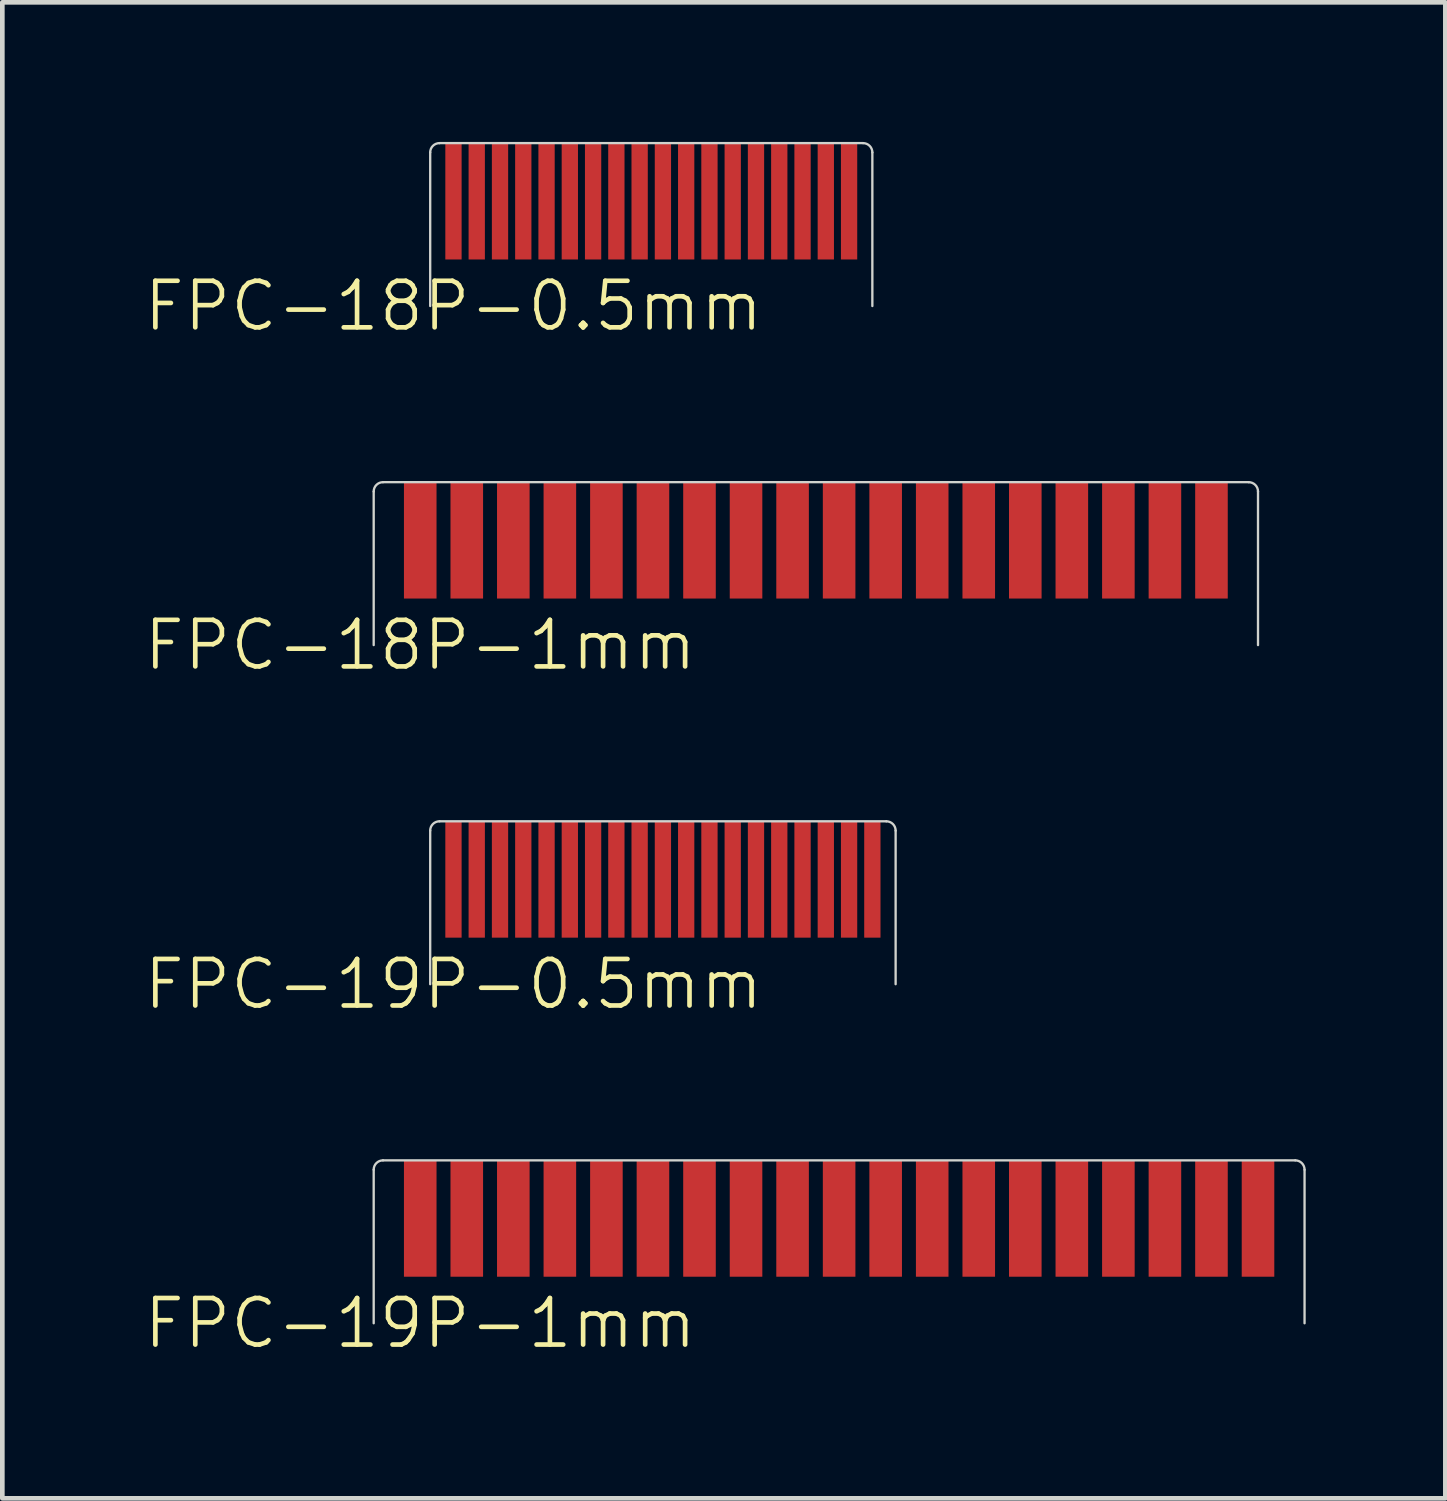
<source format=kicad_pcb>
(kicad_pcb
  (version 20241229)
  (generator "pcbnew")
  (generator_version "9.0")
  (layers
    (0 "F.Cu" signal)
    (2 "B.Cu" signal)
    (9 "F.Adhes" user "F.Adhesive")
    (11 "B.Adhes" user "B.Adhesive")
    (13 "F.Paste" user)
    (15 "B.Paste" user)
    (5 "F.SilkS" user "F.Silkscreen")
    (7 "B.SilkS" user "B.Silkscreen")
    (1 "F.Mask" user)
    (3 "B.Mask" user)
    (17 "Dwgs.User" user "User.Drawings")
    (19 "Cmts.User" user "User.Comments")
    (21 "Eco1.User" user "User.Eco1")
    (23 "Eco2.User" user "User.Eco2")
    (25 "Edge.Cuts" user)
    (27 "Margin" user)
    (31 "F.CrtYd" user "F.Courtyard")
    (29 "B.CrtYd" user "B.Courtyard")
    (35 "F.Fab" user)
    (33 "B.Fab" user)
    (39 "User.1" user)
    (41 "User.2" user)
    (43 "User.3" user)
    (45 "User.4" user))
  (footprint "FPC-18P-1mm"
    (layer "F.Cu")
    (at 5.979 8.56)
    (property "Reference" "FPC-18P-1mm" (at 0 2.25 0) (unlocked yes) (layer "F.SilkS") (effects (font (size 1 1) (thickness 0.1))))
    (attr smd)
    (fp_line (start -1 2.25) (end -1 -1.05) (stroke (width 0.05) (type default)) (layer "Edge.Cuts"))
    (fp_line (start -0.8 -1.25) (end 17.8 -1.25) (stroke (width 0.05) (type default)) (layer "Edge.Cuts"))
    (fp_line (start 18 2.25) (end 18 -1.05) (stroke (width 0.05) (type default)) (layer "Edge.Cuts"))
    (fp_arc (start -1 -1.05) (mid -0.941421 -1.191421) (end -0.8 -1.25) (stroke (width 0.05) (type default)) (layer "Edge.Cuts"))
    (fp_arc (start 17.8 -1.25) (mid 17.941421 -1.191421) (end 18 -1.05) (stroke (width 0.05) (type default)) (layer "Edge.Cuts"))
    (fp_line (start -1 2.25) (end -1 -1.05) (stroke (width 0.05) (type default)) (layer "User.1"))
    (fp_line (start -1 2.25) (end 18 2.25) (stroke (width 0.05) (type default)) (layer "User.1"))
    (fp_line (start -0.8 -1.25) (end 17.8 -1.25) (stroke (width 0.05) (type default)) (layer "User.1"))
    (fp_line (start 18 2.25) (end 18 -1.05) (stroke (width 0.05) (type default)) (layer "User.1"))
    (fp_arc (start -1 -1.05) (mid -0.941421 -1.191421) (end -0.8 -1.25) (stroke (width 0.05) (type default)) (layer "User.1"))
    (fp_arc (start 17.8 -1.25) (mid 17.941421 -1.191421) (end 18 -1.05) (stroke (width 0.05) (type default)) (layer "User.1"))
    (pad "1" smd rect (at 0 0 90) (size 2.5 0.7) (layers "F.Cu" "F.Mask" "F.Paste"))
    (pad "2" smd rect (at 1 0 90) (size 2.5 0.7) (layers "F.Cu" "F.Mask" "F.Paste"))
    (pad "3" smd rect (at 2 0 90) (size 2.5 0.7) (layers "F.Cu" "F.Mask" "F.Paste"))
    (pad "4" smd rect (at 3 0 90) (size 2.5 0.7) (layers "F.Cu" "F.Mask" "F.Paste"))
    (pad "5" smd rect (at 4 0 90) (size 2.5 0.7) (layers "F.Cu" "F.Mask" "F.Paste"))
    (pad "6" smd rect (at 5 0 90) (size 2.5 0.7) (layers "F.Cu" "F.Mask" "F.Paste"))
    (pad "7" smd rect (at 6 0 90) (size 2.5 0.7) (layers "F.Cu" "F.Mask" "F.Paste"))
    (pad "8" smd rect (at 7 0 90) (size 2.5 0.7) (layers "F.Cu" "F.Mask" "F.Paste"))
    (pad "9" smd rect (at 8 0 90) (size 2.5 0.7) (layers "F.Cu" "F.Mask" "F.Paste"))
    (pad "10" smd rect (at 9 0 90) (size 2.5 0.7) (layers "F.Cu" "F.Mask" "F.Paste"))
    (pad "11" smd rect (at 10 0 90) (size 2.5 0.7) (layers "F.Cu" "F.Mask" "F.Paste"))
    (pad "12" smd rect (at 11 0 90) (size 2.5 0.7) (layers "F.Cu" "F.Mask" "F.Paste"))
    (pad "13" smd rect (at 12 0 90) (size 2.5 0.7) (layers "F.Cu" "F.Mask" "F.Paste"))
    (pad "14" smd rect (at 13 0 90) (size 2.5 0.7) (layers "F.Cu" "F.Mask" "F.Paste"))
    (pad "15" smd rect (at 14 0 90) (size 2.5 0.7) (layers "F.Cu" "F.Mask" "F.Paste"))
    (pad "16" smd rect (at 15 0 90) (size 2.5 0.7) (layers "F.Cu" "F.Mask" "F.Paste"))
    (pad "17" smd rect (at 16 0 90) (size 2.5 0.7) (layers "F.Cu" "F.Mask" "F.Paste"))
    (pad "18" smd rect (at 17 0 90) (size 2.5 0.7) (layers "F.Cu" "F.Mask" "F.Paste")))
  (footprint "FPC-18P-0.5mm"
    (layer "F.Cu")
    (at 6.693 1.275)
    (property "Reference" "FPC-18P-0.5mm" (at 0 2.25 0) (unlocked yes) (layer "F.SilkS") (effects (font (size 1 1) (thickness 0.1))))
    (attr smd)
    (fp_line (start -0.5 2.25) (end -0.5 -1.05) (stroke (width 0.05) (type default)) (layer "Edge.Cuts"))
    (fp_line (start -0.3 -1.25) (end 8.8 -1.25) (stroke (width 0.05) (type default)) (layer "Edge.Cuts"))
    (fp_line (start 9 2.25) (end 9 -1.05) (stroke (width 0.05) (type default)) (layer "Edge.Cuts"))
    (fp_arc (start -0.5 -1.05) (mid -0.441421 -1.191421) (end -0.3 -1.25) (stroke (width 0.05) (type default)) (layer "Edge.Cuts"))
    (fp_arc (start 8.8 -1.25) (mid 8.941421 -1.191421) (end 9 -1.05) (stroke (width 0.05) (type default)) (layer "Edge.Cuts"))
    (fp_line (start -0.5 2.25) (end -0.5 -1.05) (stroke (width 0.05) (type default)) (layer "User.1"))
    (fp_line (start -0.5 2.25) (end 9 2.25) (stroke (width 0.05) (type default)) (layer "User.1"))
    (fp_line (start -0.3 -1.25) (end 8.8 -1.25) (stroke (width 0.05) (type default)) (layer "User.1"))
    (fp_line (start 9 2.25) (end 9 -1.05) (stroke (width 0.05) (type default)) (layer "User.1"))
    (fp_arc (start -0.5 -1.05) (mid -0.441421 -1.191421) (end -0.3 -1.25) (stroke (width 0.05) (type default)) (layer "User.1"))
    (fp_arc (start 8.8 -1.25) (mid 8.941421 -1.191421) (end 9 -1.05) (stroke (width 0.05) (type default)) (layer "User.1"))
    (pad "1" smd rect (at 0 0 90) (size 2.5 0.35) (layers "F.Cu" "F.Mask" "F.Paste"))
    (pad "2" smd rect (at 0.5 0 90) (size 2.5 0.35) (layers "F.Cu" "F.Mask" "F.Paste"))
    (pad "3" smd rect (at 1 0 90) (size 2.5 0.35) (layers "F.Cu" "F.Mask" "F.Paste"))
    (pad "4" smd rect (at 1.5 0 90) (size 2.5 0.35) (layers "F.Cu" "F.Mask" "F.Paste"))
    (pad "5" smd rect (at 2 0 90) (size 2.5 0.35) (layers "F.Cu" "F.Mask" "F.Paste"))
    (pad "6" smd rect (at 2.5 0 90) (size 2.5 0.35) (layers "F.Cu" "F.Mask" "F.Paste"))
    (pad "7" smd rect (at 3 0 90) (size 2.5 0.35) (layers "F.Cu" "F.Mask" "F.Paste"))
    (pad "8" smd rect (at 3.5 0 90) (size 2.5 0.35) (layers "F.Cu" "F.Mask" "F.Paste"))
    (pad "9" smd rect (at 4 0 90) (size 2.5 0.35) (layers "F.Cu" "F.Mask" "F.Paste"))
    (pad "10" smd rect (at 4.5 0 90) (size 2.5 0.35) (layers "F.Cu" "F.Mask" "F.Paste"))
    (pad "11" smd rect (at 5 0 90) (size 2.5 0.35) (layers "F.Cu" "F.Mask" "F.Paste"))
    (pad "12" smd rect (at 5.5 0 90) (size 2.5 0.35) (layers "F.Cu" "F.Mask" "F.Paste"))
    (pad "13" smd rect (at 6 0 90) (size 2.5 0.35) (layers "F.Cu" "F.Mask" "F.Paste"))
    (pad "14" smd rect (at 6.5 0 90) (size 2.5 0.35) (layers "F.Cu" "F.Mask" "F.Paste"))
    (pad "15" smd rect (at 7 0 90) (size 2.5 0.35) (layers "F.Cu" "F.Mask" "F.Paste"))
    (pad "16" smd rect (at 7.5 0 90) (size 2.5 0.35) (layers "F.Cu" "F.Mask" "F.Paste"))
    (pad "17" smd rect (at 8 0 90) (size 2.5 0.35) (layers "F.Cu" "F.Mask" "F.Paste"))
    (pad "18" smd rect (at 8.5 0 90) (size 2.5 0.35) (layers "F.Cu" "F.Mask" "F.Paste")))
  (footprint "FPC-19P-0.5mm"
    (layer "F.Cu")
    (at 6.693 15.846)
    (property "Reference" "FPC-19P-0.5mm" (at 0 2.25 0) (unlocked yes) (layer "F.SilkS") (effects (font (size 1 1) (thickness 0.1))))
    (attr smd)
    (fp_line (start -0.5 2.25) (end -0.5 -1.05) (stroke (width 0.05) (type default)) (layer "Edge.Cuts"))
    (fp_line (start -0.3 -1.25) (end 9.3 -1.25) (stroke (width 0.05) (type default)) (layer "Edge.Cuts"))
    (fp_line (start 9.5 2.25) (end 9.5 -1.05) (stroke (width 0.05) (type default)) (layer "Edge.Cuts"))
    (fp_arc (start -0.5 -1.05) (mid -0.441421 -1.191421) (end -0.3 -1.25) (stroke (width 0.05) (type default)) (layer "Edge.Cuts"))
    (fp_arc (start 9.3 -1.25) (mid 9.441421 -1.191421) (end 9.5 -1.05) (stroke (width 0.05) (type default)) (layer "Edge.Cuts"))
    (fp_line (start -0.5 2.25) (end -0.5 -1.05) (stroke (width 0.05) (type default)) (layer "User.1"))
    (fp_line (start -0.5 2.25) (end 9.5 2.25) (stroke (width 0.05) (type default)) (layer "User.1"))
    (fp_line (start -0.3 -1.25) (end 9.3 -1.25) (stroke (width 0.05) (type default)) (layer "User.1"))
    (fp_line (start 9.5 2.25) (end 9.5 -1.05) (stroke (width 0.05) (type default)) (layer "User.1"))
    (fp_arc (start -0.5 -1.05) (mid -0.441421 -1.191421) (end -0.3 -1.25) (stroke (width 0.05) (type default)) (layer "User.1"))
    (fp_arc (start 9.3 -1.25) (mid 9.441421 -1.191421) (end 9.5 -1.05) (stroke (width 0.05) (type default)) (layer "User.1"))
    (pad "1" smd rect (at 0 0 90) (size 2.5 0.35) (layers "F.Cu" "F.Mask" "F.Paste"))
    (pad "2" smd rect (at 0.5 0 90) (size 2.5 0.35) (layers "F.Cu" "F.Mask" "F.Paste"))
    (pad "3" smd rect (at 1 0 90) (size 2.5 0.35) (layers "F.Cu" "F.Mask" "F.Paste"))
    (pad "4" smd rect (at 1.5 0 90) (size 2.5 0.35) (layers "F.Cu" "F.Mask" "F.Paste"))
    (pad "5" smd rect (at 2 0 90) (size 2.5 0.35) (layers "F.Cu" "F.Mask" "F.Paste"))
    (pad "6" smd rect (at 2.5 0 90) (size 2.5 0.35) (layers "F.Cu" "F.Mask" "F.Paste"))
    (pad "7" smd rect (at 3 0 90) (size 2.5 0.35) (layers "F.Cu" "F.Mask" "F.Paste"))
    (pad "8" smd rect (at 3.5 0 90) (size 2.5 0.35) (layers "F.Cu" "F.Mask" "F.Paste"))
    (pad "9" smd rect (at 4 0 90) (size 2.5 0.35) (layers "F.Cu" "F.Mask" "F.Paste"))
    (pad "10" smd rect (at 4.5 0 90) (size 2.5 0.35) (layers "F.Cu" "F.Mask" "F.Paste"))
    (pad "11" smd rect (at 5 0 90) (size 2.5 0.35) (layers "F.Cu" "F.Mask" "F.Paste"))
    (pad "12" smd rect (at 5.5 0 90) (size 2.5 0.35) (layers "F.Cu" "F.Mask" "F.Paste"))
    (pad "13" smd rect (at 6 0 90) (size 2.5 0.35) (layers "F.Cu" "F.Mask" "F.Paste"))
    (pad "14" smd rect (at 6.5 0 90) (size 2.5 0.35) (layers "F.Cu" "F.Mask" "F.Paste"))
    (pad "15" smd rect (at 7 0 90) (size 2.5 0.35) (layers "F.Cu" "F.Mask" "F.Paste"))
    (pad "16" smd rect (at 7.5 0 90) (size 2.5 0.35) (layers "F.Cu" "F.Mask" "F.Paste"))
    (pad "17" smd rect (at 8 0 90) (size 2.5 0.35) (layers "F.Cu" "F.Mask" "F.Paste"))
    (pad "18" smd rect (at 8.5 0 90) (size 2.5 0.35) (layers "F.Cu" "F.Mask" "F.Paste"))
    (pad "19" smd rect (at 9 0 90) (size 2.5 0.35) (layers "F.Cu" "F.Mask" "F.Paste")))
  (footprint "FPC-19P-1mm"
    (layer "F.Cu")
    (at 5.979 23.131)
    (property "Reference" "FPC-19P-1mm" (at 0 2.25 0) (unlocked yes) (layer "F.SilkS") (effects (font (size 1 1) (thickness 0.1))))
    (attr smd)
    (fp_line (start -1 2.25) (end -1 -1.05) (stroke (width 0.05) (type default)) (layer "Edge.Cuts"))
    (fp_line (start -0.8 -1.25) (end 18.8 -1.25) (stroke (width 0.05) (type default)) (layer "Edge.Cuts"))
    (fp_line (start 19 2.25) (end 19 -1.05) (stroke (width 0.05) (type default)) (layer "Edge.Cuts"))
    (fp_arc (start -1 -1.05) (mid -0.941421 -1.191421) (end -0.8 -1.25) (stroke (width 0.05) (type default)) (layer "Edge.Cuts"))
    (fp_arc (start 18.8 -1.25) (mid 18.941421 -1.191421) (end 19 -1.05) (stroke (width 0.05) (type default)) (layer "Edge.Cuts"))
    (fp_line (start -1 2.25) (end -1 -1.05) (stroke (width 0.05) (type default)) (layer "User.1"))
    (fp_line (start -1 2.25) (end 19 2.25) (stroke (width 0.05) (type default)) (layer "User.1"))
    (fp_line (start -0.8 -1.25) (end 18.8 -1.25) (stroke (width 0.05) (type default)) (layer "User.1"))
    (fp_line (start 19 2.25) (end 19 -1.05) (stroke (width 0.05) (type default)) (layer "User.1"))
    (fp_arc (start -1 -1.05) (mid -0.941421 -1.191421) (end -0.8 -1.25) (stroke (width 0.05) (type default)) (layer "User.1"))
    (fp_arc (start 18.8 -1.25) (mid 18.941421 -1.191421) (end 19 -1.05) (stroke (width 0.05) (type default)) (layer "User.1"))
    (pad "1" smd rect (at 0 0 90) (size 2.5 0.7) (layers "F.Cu" "F.Mask" "F.Paste"))
    (pad "2" smd rect (at 1 0 90) (size 2.5 0.7) (layers "F.Cu" "F.Mask" "F.Paste"))
    (pad "3" smd rect (at 2 0 90) (size 2.5 0.7) (layers "F.Cu" "F.Mask" "F.Paste"))
    (pad "4" smd rect (at 3 0 90) (size 2.5 0.7) (layers "F.Cu" "F.Mask" "F.Paste"))
    (pad "5" smd rect (at 4 0 90) (size 2.5 0.7) (layers "F.Cu" "F.Mask" "F.Paste"))
    (pad "6" smd rect (at 5 0 90) (size 2.5 0.7) (layers "F.Cu" "F.Mask" "F.Paste"))
    (pad "7" smd rect (at 6 0 90) (size 2.5 0.7) (layers "F.Cu" "F.Mask" "F.Paste"))
    (pad "8" smd rect (at 7 0 90) (size 2.5 0.7) (layers "F.Cu" "F.Mask" "F.Paste"))
    (pad "9" smd rect (at 8 0 90) (size 2.5 0.7) (layers "F.Cu" "F.Mask" "F.Paste"))
    (pad "10" smd rect (at 9 0 90) (size 2.5 0.7) (layers "F.Cu" "F.Mask" "F.Paste"))
    (pad "11" smd rect (at 10 0 90) (size 2.5 0.7) (layers "F.Cu" "F.Mask" "F.Paste"))
    (pad "12" smd rect (at 11 0 90) (size 2.5 0.7) (layers "F.Cu" "F.Mask" "F.Paste"))
    (pad "13" smd rect (at 12 0 90) (size 2.5 0.7) (layers "F.Cu" "F.Mask" "F.Paste"))
    (pad "14" smd rect (at 13 0 90) (size 2.5 0.7) (layers "F.Cu" "F.Mask" "F.Paste"))
    (pad "15" smd rect (at 14 0 90) (size 2.5 0.7) (layers "F.Cu" "F.Mask" "F.Paste"))
    (pad "16" smd rect (at 15 0 90) (size 2.5 0.7) (layers "F.Cu" "F.Mask" "F.Paste"))
    (pad "17" smd rect (at 16 0 90) (size 2.5 0.7) (layers "F.Cu" "F.Mask" "F.Paste"))
    (pad "18" smd rect (at 17 0 90) (size 2.5 0.7) (layers "F.Cu" "F.Mask" "F.Paste"))
    (pad "19" smd rect (at 18 0 90) (size 2.5 0.7) (layers "F.Cu" "F.Mask" "F.Paste")))
  (gr_rect
    (start -3 -3)
    (end 28.004 29.142)
    (stroke (width 0.1) (type default))
    (fill no)
    (layer "Edge.Cuts")))
</source>
